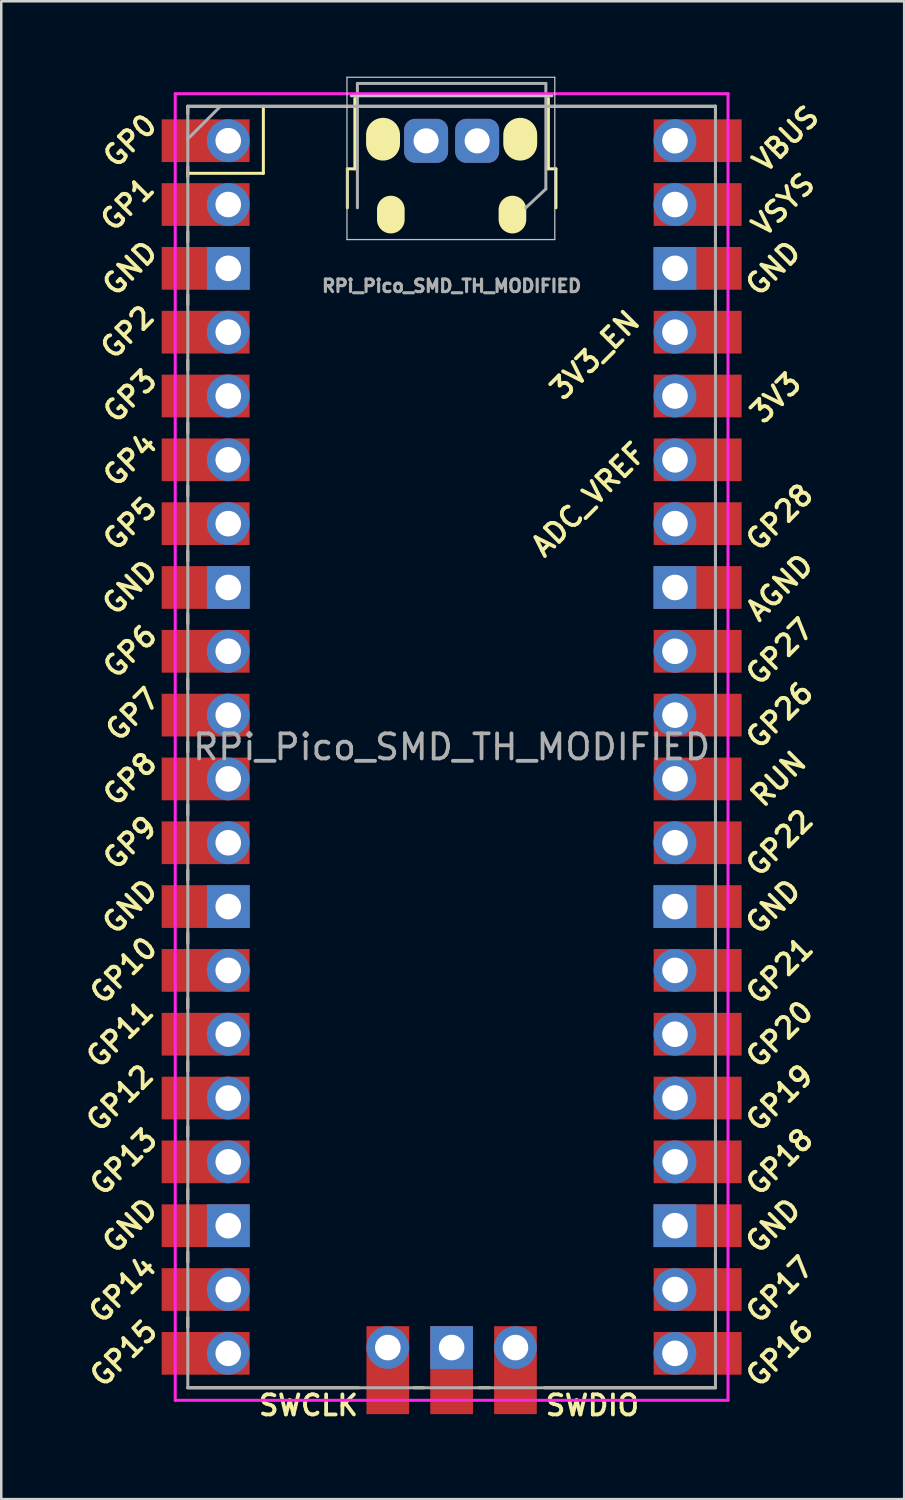
<source format=kicad_pcb>
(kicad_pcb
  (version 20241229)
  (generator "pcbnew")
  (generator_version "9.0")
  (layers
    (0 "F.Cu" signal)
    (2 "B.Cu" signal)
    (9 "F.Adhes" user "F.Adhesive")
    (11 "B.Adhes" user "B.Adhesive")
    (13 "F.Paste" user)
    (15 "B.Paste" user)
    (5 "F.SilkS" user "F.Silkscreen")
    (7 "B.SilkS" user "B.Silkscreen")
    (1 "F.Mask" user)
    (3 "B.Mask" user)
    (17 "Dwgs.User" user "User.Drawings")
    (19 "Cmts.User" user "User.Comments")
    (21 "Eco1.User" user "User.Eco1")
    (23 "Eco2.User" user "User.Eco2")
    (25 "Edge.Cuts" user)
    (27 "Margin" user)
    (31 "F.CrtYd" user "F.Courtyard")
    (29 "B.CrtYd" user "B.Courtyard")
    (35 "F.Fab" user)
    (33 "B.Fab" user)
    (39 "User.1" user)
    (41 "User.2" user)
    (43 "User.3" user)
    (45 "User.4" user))
  (footprint "RPi_Pico_SMD_TH_MODIFIED"
    (layer "F.Cu")
    (at 14.924 26.68)
    (property "Reference" "RPi_Pico_SMD_TH_MODIFIED" (at 0 0 0) (layer "F.Fab") (effects (font (size 1 1) (thickness 0.15))))
    (attr through_hole)
    (fp_line (start -10.5 -25.5) (end -10.5 -25.2) (stroke (width 0.12) (type solid)) (layer "F.SilkS"))
    (fp_line (start -10.5 -25.5) (end 10.5 -25.5) (stroke (width 0.12) (type solid)) (layer "F.SilkS"))
    (fp_line (start -10.5 -23.1) (end -10.5 -22.7) (stroke (width 0.12) (type solid)) (layer "F.SilkS"))
    (fp_line (start -10.5 -22.833) (end -7.493 -22.833) (stroke (width 0.12) (type solid)) (layer "F.SilkS"))
    (fp_line (start -10.5 -20.5) (end -10.5 -20.1) (stroke (width 0.12) (type solid)) (layer "F.SilkS"))
    (fp_line (start -10.5 -18) (end -10.5 -17.6) (stroke (width 0.12) (type solid)) (layer "F.SilkS"))
    (fp_line (start -10.5 -15.4) (end -10.5 -15) (stroke (width 0.12) (type solid)) (layer "F.SilkS"))
    (fp_line (start -10.5 -12.9) (end -10.5 -12.5) (stroke (width 0.12) (type solid)) (layer "F.SilkS"))
    (fp_line (start -10.5 -10.4) (end -10.5 -10) (stroke (width 0.12) (type solid)) (layer "F.SilkS"))
    (fp_line (start -10.5 -7.8) (end -10.5 -7.4) (stroke (width 0.12) (type solid)) (layer "F.SilkS"))
    (fp_line (start -10.5 -5.3) (end -10.5 -4.9) (stroke (width 0.12) (type solid)) (layer "F.SilkS"))
    (fp_line (start -10.5 -2.7) (end -10.5 -2.3) (stroke (width 0.12) (type solid)) (layer "F.SilkS"))
    (fp_line (start -10.5 -0.2) (end -10.5 0.2) (stroke (width 0.12) (type solid)) (layer "F.SilkS"))
    (fp_line (start -10.5 2.3) (end -10.5 2.7) (stroke (width 0.12) (type solid)) (layer "F.SilkS"))
    (fp_line (start -10.5 4.9) (end -10.5 5.3) (stroke (width 0.12) (type solid)) (layer "F.SilkS"))
    (fp_line (start -10.5 7.4) (end -10.5 7.8) (stroke (width 0.12) (type solid)) (layer "F.SilkS"))
    (fp_line (start -10.5 10) (end -10.5 10.4) (stroke (width 0.12) (type solid)) (layer "F.SilkS"))
    (fp_line (start -10.5 12.5) (end -10.5 12.9) (stroke (width 0.12) (type solid)) (layer "F.SilkS"))
    (fp_line (start -10.5 15.1) (end -10.5 15.5) (stroke (width 0.12) (type solid)) (layer "F.SilkS"))
    (fp_line (start -10.5 17.6) (end -10.5 18) (stroke (width 0.12) (type solid)) (layer "F.SilkS"))
    (fp_line (start -10.5 20.1) (end -10.5 20.5) (stroke (width 0.12) (type solid)) (layer "F.SilkS"))
    (fp_line (start -10.5 22.7) (end -10.5 23.1) (stroke (width 0.12) (type solid)) (layer "F.SilkS"))
    (fp_line (start -7.493 -22.833) (end -7.493 -25.5) (stroke (width 0.12) (type solid)) (layer "F.SilkS"))
    (fp_line (start -4.15 -23.01) (end -4.15 -21.46) (stroke (width 0.12) (type solid)) (layer "F.SilkS"))
    (fp_line (start -3.85 -25.81) (end -3.85 -23.01) (stroke (width 0.12) (type solid)) (layer "F.SilkS"))
    (fp_line (start -3.85 -23.01) (end -4.15 -23.01) (stroke (width 0.12) (type solid)) (layer "F.SilkS"))
    (fp_line (start -3.7 25.5) (end -10.5 25.5) (stroke (width 0.12) (type solid)) (layer "F.SilkS"))
    (fp_line (start -1.5 25.5) (end -1.1 25.5) (stroke (width 0.12) (type solid)) (layer "F.SilkS"))
    (fp_line (start 1.1 25.5) (end 1.5 25.5) (stroke (width 0.12) (type solid)) (layer "F.SilkS"))
    (fp_line (start 3.85 -25.81) (end 3.85 -23.01) (stroke (width 0.12) (type solid)) (layer "F.SilkS"))
    (fp_line (start 4.15 -23.01) (end 3.85 -23.01) (stroke (width 0.12) (type solid)) (layer "F.SilkS"))
    (fp_line (start 4.15 -23.01) (end 4.15 -21.46) (stroke (width 0.12) (type solid)) (layer "F.SilkS"))
    (fp_line (start 10.5 -25.5) (end 10.5 -25.2) (stroke (width 0.12) (type solid)) (layer "F.SilkS"))
    (fp_line (start 10.5 -23.1) (end 10.5 -22.7) (stroke (width 0.12) (type solid)) (layer "F.SilkS"))
    (fp_line (start 10.5 -20.5) (end 10.5 -20.1) (stroke (width 0.12) (type solid)) (layer "F.SilkS"))
    (fp_line (start 10.5 -18) (end 10.5 -17.6) (stroke (width 0.12) (type solid)) (layer "F.SilkS"))
    (fp_line (start 10.5 -15.4) (end 10.5 -15) (stroke (width 0.12) (type solid)) (layer "F.SilkS"))
    (fp_line (start 10.5 -12.9) (end 10.5 -12.5) (stroke (width 0.12) (type solid)) (layer "F.SilkS"))
    (fp_line (start 10.5 -10.4) (end 10.5 -10) (stroke (width 0.12) (type solid)) (layer "F.SilkS"))
    (fp_line (start 10.5 -7.8) (end 10.5 -7.4) (stroke (width 0.12) (type solid)) (layer "F.SilkS"))
    (fp_line (start 10.5 -5.3) (end 10.5 -4.9) (stroke (width 0.12) (type solid)) (layer "F.SilkS"))
    (fp_line (start 10.5 -2.7) (end 10.5 -2.3) (stroke (width 0.12) (type solid)) (layer "F.SilkS"))
    (fp_line (start 10.5 -0.2) (end 10.5 0.2) (stroke (width 0.12) (type solid)) (layer "F.SilkS"))
    (fp_line (start 10.5 2.3) (end 10.5 2.7) (stroke (width 0.12) (type solid)) (layer "F.SilkS"))
    (fp_line (start 10.5 4.9) (end 10.5 5.3) (stroke (width 0.12) (type solid)) (layer "F.SilkS"))
    (fp_line (start 10.5 7.4) (end 10.5 7.8) (stroke (width 0.12) (type solid)) (layer "F.SilkS"))
    (fp_line (start 10.5 10) (end 10.5 10.4) (stroke (width 0.12) (type solid)) (layer "F.SilkS"))
    (fp_line (start 10.5 12.5) (end 10.5 12.9) (stroke (width 0.12) (type solid)) (layer "F.SilkS"))
    (fp_line (start 10.5 15.1) (end 10.5 15.5) (stroke (width 0.12) (type solid)) (layer "F.SilkS"))
    (fp_line (start 10.5 17.6) (end 10.5 18) (stroke (width 0.12) (type solid)) (layer "F.SilkS"))
    (fp_line (start 10.5 20.1) (end 10.5 20.5) (stroke (width 0.12) (type solid)) (layer "F.SilkS"))
    (fp_line (start 10.5 22.7) (end 10.5 23.1) (stroke (width 0.12) (type solid)) (layer "F.SilkS"))
    (fp_line (start 10.5 25.5) (end 3.7 25.5) (stroke (width 0.12) (type solid)) (layer "F.SilkS"))
    (fp_line (start -4.165 -26.655) (end -4.165 -20.195) (stroke (width 0.05) (type solid)) (layer "Dwgs.User"))
    (fp_line (start -4.165 -26.655) (end 4.105 -26.655) (stroke (width 0.05) (type solid)) (layer "Dwgs.User"))
    (fp_line (start 4 -25.91) (end -4 -25.91) (stroke (width 0.1) (type solid)) (layer "Dwgs.User"))
    (fp_line (start 4.105 -20.195) (end -4.165 -20.195) (stroke (width 0.05) (type solid)) (layer "Dwgs.User"))
    (fp_line (start 4.105 -20.195) (end 4.105 -26.655) (stroke (width 0.05) (type solid)) (layer "Dwgs.User"))
    (fp_line (start -11 -26) (end 11 -26) (stroke (width 0.12) (type solid)) (layer "F.CrtYd"))
    (fp_line (start -11 26) (end -11 -26) (stroke (width 0.12) (type solid)) (layer "F.CrtYd"))
    (fp_line (start 11 -26) (end 11 26) (stroke (width 0.12) (type solid)) (layer "F.CrtYd"))
    (fp_line (start 11 26) (end -11 26) (stroke (width 0.12) (type solid)) (layer "F.CrtYd"))
    (fp_line (start -10.5 -25.5) (end 10.5 -25.5) (stroke (width 0.12) (type solid)) (layer "F.Fab"))
    (fp_line (start -10.5 -24.2) (end -9.2 -25.5) (stroke (width 0.12) (type solid)) (layer "F.Fab"))
    (fp_line (start -10.5 25.5) (end -10.5 -25.5) (stroke (width 0.12) (type solid)) (layer "F.Fab"))
    (fp_line (start -3.75 -26.41) (end 3.75 -26.41) (stroke (width 0.12) (type solid)) (layer "F.Fab"))
    (fp_line (start -3.75 -21.46) (end -3.75 -26.41) (stroke (width 0.12) (type solid)) (layer "F.Fab"))
    (fp_line (start 3.75 -26.41) (end 3.75 -22.21) (stroke (width 0.12) (type solid)) (layer "F.Fab"))
    (fp_line (start 3.75 -22.21) (end 2.95 -21.46) (stroke (width 0.12) (type solid)) (layer "F.Fab"))
    (fp_line (start 10.5 -25.5) (end 10.5 25.5) (stroke (width 0.12) (type solid)) (layer "F.Fab"))
    (fp_line (start 10.5 25.5) (end -10.5 25.5) (stroke (width 0.12) (type solid)) (layer "F.Fab"))
    (fp_text user "ADC_VREF" (at 5.45 -9.85 45) (layer "F.SilkS") (effects (font (size 0.8 0.8) (thickness 0.15))))
    (fp_text user "GND" (at -12.8 19.05 45) (layer "F.SilkS") (effects (font (size 0.8 0.8) (thickness 0.15))))
    (fp_text user "GP9" (at -12.8 3.81 45) (layer "F.SilkS") (effects (font (size 0.8 0.8) (thickness 0.15))))
    (fp_text user "3V3_EN" (at 5.7 -15.6 45) (layer "F.SilkS") (effects (font (size 0.8 0.8) (thickness 0.15))))
    (fp_text user "GP22" (at 13.054 3.81 45) (layer "F.SilkS") (effects (font (size 0.8 0.8) (thickness 0.15))))
    (fp_text user "GND" (at -12.8 -6.35 45) (layer "F.SilkS") (effects (font (size 0.8 0.8) (thickness 0.15))))
    (fp_text user "GP10" (at -13.054 8.89 45) (layer "F.SilkS") (effects (font (size 0.8 0.8) (thickness 0.15))))
    (fp_text user "GP13" (at -13.054 16.51 45) (layer "F.SilkS") (effects (font (size 0.8 0.8) (thickness 0.15))))
    (fp_text user "GP26" (at 13.054 -1.27 45) (layer "F.SilkS") (effects (font (size 0.8 0.8) (thickness 0.15))))
    (fp_text user "GP2" (at -12.9 -16.51 45) (layer "F.SilkS") (effects (font (size 0.8 0.8) (thickness 0.15))))
    (fp_text user "GP8" (at -12.8 1.27 45) (layer "F.SilkS") (effects (font (size 0.8 0.8) (thickness 0.15))))
    (fp_text user "VSYS" (at 13.2 -21.59 45) (layer "F.SilkS") (effects (font (size 0.8 0.8) (thickness 0.15))))
    (fp_text user "GP27" (at 13.054 -3.8 45) (layer "F.SilkS") (effects (font (size 0.8 0.8) (thickness 0.15))))
    (fp_text user "GND" (at -12.8 -19.05 45) (layer "F.SilkS") (effects (font (size 0.8 0.8) (thickness 0.15))))
    (fp_text user "VBUS" (at 13.3 -24.2 45) (layer "F.SilkS") (effects (font (size 0.8 0.8) (thickness 0.15))))
    (fp_text user "GP20" (at 13.054 11.43 45) (layer "F.SilkS") (effects (font (size 0.8 0.8) (thickness 0.15))))
    (fp_text user "GP4" (at -12.8 -11.43 45) (layer "F.SilkS") (effects (font (size 0.8 0.8) (thickness 0.15))))
    (fp_text user "RUN" (at 13 1.27 45) (layer "F.SilkS") (effects (font (size 0.8 0.8) (thickness 0.15))))
    (fp_text user "GND" (at 12.8 19.05 45) (layer "F.SilkS") (effects (font (size 0.8 0.8) (thickness 0.15))))
    (fp_text user "GP17" (at 13.054 21.59 45) (layer "F.SilkS") (effects (font (size 0.8 0.8) (thickness 0.15))))
    (fp_text user "GP1" (at -12.9 -21.6 45) (layer "F.SilkS") (effects (font (size 0.8 0.8) (thickness 0.15))))
    (fp_text user "GP15" (at -13.054 24.13 45) (layer "F.SilkS") (effects (font (size 0.8 0.8) (thickness 0.15))))
    (fp_text user "GP6" (at -12.8 -3.81 45) (layer "F.SilkS") (effects (font (size 0.8 0.8) (thickness 0.15))))
    (fp_text user "GP3" (at -12.8 -13.97 45) (layer "F.SilkS") (effects (font (size 0.8 0.8) (thickness 0.15))))
    (fp_text user "SWDIO" (at 5.6 26.2 0) (layer "F.SilkS") (effects (font (size 0.8 0.8) (thickness 0.15))))
    (fp_text user "GP16" (at 13.054 24.13 45) (layer "F.SilkS") (effects (font (size 0.8 0.8) (thickness 0.15))))
    (fp_text user "GP0" (at -12.8 -24.13 45) (layer "F.SilkS") (effects (font (size 0.8 0.8) (thickness 0.15))))
    (fp_text user "GP12" (at -13.2 13.97 45) (layer "F.SilkS") (effects (font (size 0.8 0.8) (thickness 0.15))))
    (fp_text user "GP18" (at 13.054 16.51 45) (layer "F.SilkS") (effects (font (size 0.8 0.8) (thickness 0.15))))
    (fp_text user "GP5" (at -12.8 -8.89 45) (layer "F.SilkS") (effects (font (size 0.8 0.8) (thickness 0.15))))
    (fp_text user "GND" (at 12.8 6.35 45) (layer "F.SilkS") (effects (font (size 0.8 0.8) (thickness 0.15))))
    (fp_text user "GND" (at -12.8 6.35 45) (layer "F.SilkS") (effects (font (size 0.8 0.8) (thickness 0.15))))
    (fp_text user "SWCLK" (at -5.7 26.2 0) (layer "F.SilkS") (effects (font (size 0.8 0.8) (thickness 0.15))))
    (fp_text user "GP7" (at -12.7 -1.3 45) (layer "F.SilkS") (effects (font (size 0.8 0.8) (thickness 0.15))))
    (fp_text user "GND" (at 12.8 -19.05 45) (layer "F.SilkS") (effects (font (size 0.8 0.8) (thickness 0.15))))
    (fp_text user "3V3" (at 12.9 -13.9 45) (layer "F.SilkS") (effects (font (size 0.8 0.8) (thickness 0.15))))
    (fp_text user "GP28" (at 13.054 -9.144 45) (layer "F.SilkS") (effects (font (size 0.8 0.8) (thickness 0.15))))
    (fp_text user "GP19" (at 13.054 13.97 45) (layer "F.SilkS") (effects (font (size 0.8 0.8) (thickness 0.15))))
    (fp_text user "GP21" (at 13.054 8.9 45) (layer "F.SilkS") (effects (font (size 0.8 0.8) (thickness 0.15))))
    (fp_text user "GP11" (at -13.2 11.43 45) (layer "F.SilkS") (effects (font (size 0.8 0.8) (thickness 0.15))))
    (fp_text user "GP14" (at -13.1 21.59 45) (layer "F.SilkS") (effects (font (size 0.8 0.8) (thickness 0.15))))
    (fp_text user "AGND" (at 13.054 -6.35 45) (layer "F.SilkS") (effects (font (size 0.8 0.8) (thickness 0.15))))
    (fp_text user "${REFERENCE}" (at 0 -18.35 180) (layer "F.Fab") (effects (font (size 0.5 0.5) (thickness 0.125))))
    (pad "" smd oval (at -2.73 -24.19 270) (size 1.7 1.35) (layers "F.SilkS"))
    (pad "" smd oval (at -2.42 -21.19 270) (size 1.5 1.1) (layers "F.SilkS"))
    (pad "" smd oval (at 2.42 -21.19 270) (size 1.5 1.1) (layers "F.SilkS"))
    (pad "" smd oval (at 2.73 -24.19 270) (size 1.7 1.35) (layers "F.SilkS"))
    (pad "1" thru_hole oval (at -8.89 -24.13) (size 1.7 1.7) (drill 1.02) (layers "*.Cu" "*.Mask"))
    (pad "1" smd rect (at -8.89 -24.13) (size 3.5 1.7) (drill (offset -0.9 0)) (layers "F.Cu" "F.Mask"))
    (pad "2" thru_hole oval (at -8.89 -21.59) (size 1.7 1.7) (drill 1.02) (layers "*.Cu" "*.Mask"))
    (pad "2" smd rect (at -8.89 -21.59) (size 3.5 1.7) (drill (offset -0.9 0)) (layers "F.Cu" "F.Mask"))
    (pad "3" thru_hole rect (at -8.89 -19.05) (size 1.7 1.7) (drill 1.02) (layers "*.Cu" "*.Mask"))
    (pad "3" smd rect (at -8.89 -19.05) (size 3.5 1.7) (drill (offset -0.9 0)) (layers "F.Cu" "F.Mask"))
    (pad "4" thru_hole oval (at -8.89 -16.51) (size 1.7 1.7) (drill 1.02) (layers "*.Cu" "*.Mask"))
    (pad "4" smd rect (at -8.89 -16.51) (size 3.5 1.7) (drill (offset -0.9 0)) (layers "F.Cu" "F.Mask"))
    (pad "5" thru_hole oval (at -8.89 -13.97) (size 1.7 1.7) (drill 1.02) (layers "*.Cu" "*.Mask"))
    (pad "5" smd rect (at -8.89 -13.97) (size 3.5 1.7) (drill (offset -0.9 0)) (layers "F.Cu" "F.Mask"))
    (pad "6" thru_hole oval (at -8.89 -11.43) (size 1.7 1.7) (drill 1.02) (layers "*.Cu" "*.Mask"))
    (pad "6" smd rect (at -8.89 -11.43) (size 3.5 1.7) (drill (offset -0.9 0)) (layers "F.Cu" "F.Mask"))
    (pad "7" thru_hole oval (at -8.89 -8.89) (size 1.7 1.7) (drill 1.02) (layers "*.Cu" "*.Mask"))
    (pad "7" smd rect (at -8.89 -8.89) (size 3.5 1.7) (drill (offset -0.9 0)) (layers "F.Cu" "F.Mask"))
    (pad "8" thru_hole rect (at -8.89 -6.35) (size 1.7 1.7) (drill 1.02) (layers "*.Cu" "*.Mask"))
    (pad "8" smd rect (at -8.89 -6.35) (size 3.5 1.7) (drill (offset -0.9 0)) (layers "F.Cu" "F.Mask"))
    (pad "9" thru_hole oval (at -8.89 -3.81) (size 1.7 1.7) (drill 1.02) (layers "*.Cu" "*.Mask"))
    (pad "9" smd rect (at -8.89 -3.81) (size 3.5 1.7) (drill (offset -0.9 0)) (layers "F.Cu" "F.Mask"))
    (pad "10" thru_hole oval (at -8.89 -1.27) (size 1.7 1.7) (drill 1.02) (layers "*.Cu" "*.Mask"))
    (pad "10" smd rect (at -8.89 -1.27) (size 3.5 1.7) (drill (offset -0.9 0)) (layers "F.Cu" "F.Mask"))
    (pad "11" thru_hole oval (at -8.89 1.27) (size 1.7 1.7) (drill 1.02) (layers "*.Cu" "*.Mask"))
    (pad "11" smd rect (at -8.89 1.27) (size 3.5 1.7) (drill (offset -0.9 0)) (layers "F.Cu" "F.Mask"))
    (pad "12" thru_hole oval (at -8.89 3.81) (size 1.7 1.7) (drill 1.02) (layers "*.Cu" "*.Mask"))
    (pad "12" smd rect (at -8.89 3.81) (size 3.5 1.7) (drill (offset -0.9 0)) (layers "F.Cu" "F.Mask"))
    (pad "13" thru_hole rect (at -8.89 6.35) (size 1.7 1.7) (drill 1.02) (layers "*.Cu" "*.Mask"))
    (pad "13" smd rect (at -8.89 6.35) (size 3.5 1.7) (drill (offset -0.9 0)) (layers "F.Cu" "F.Mask"))
    (pad "14" thru_hole oval (at -8.89 8.89) (size 1.7 1.7) (drill 1.02) (layers "*.Cu" "*.Mask"))
    (pad "14" smd rect (at -8.89 8.89) (size 3.5 1.7) (drill (offset -0.9 0)) (layers "F.Cu" "F.Mask"))
    (pad "15" thru_hole oval (at -8.89 11.43) (size 1.7 1.7) (drill 1.02) (layers "*.Cu" "*.Mask"))
    (pad "15" smd rect (at -8.89 11.43) (size 3.5 1.7) (drill (offset -0.9 0)) (layers "F.Cu" "F.Mask"))
    (pad "16" thru_hole oval (at -8.89 13.97) (size 1.7 1.7) (drill 1.02) (layers "*.Cu" "*.Mask"))
    (pad "16" smd rect (at -8.89 13.97) (size 3.5 1.7) (drill (offset -0.9 0)) (layers "F.Cu" "F.Mask"))
    (pad "17" thru_hole oval (at -8.89 16.51) (size 1.7 1.7) (drill 1.02) (layers "*.Cu" "*.Mask"))
    (pad "17" smd rect (at -8.89 16.51) (size 3.5 1.7) (drill (offset -0.9 0)) (layers "F.Cu" "F.Mask"))
    (pad "18" thru_hole rect (at -8.89 19.05) (size 1.7 1.7) (drill 1.02) (layers "*.Cu" "*.Mask"))
    (pad "18" smd rect (at -8.89 19.05) (size 3.5 1.7) (drill (offset -0.9 0)) (layers "F.Cu" "F.Mask"))
    (pad "19" thru_hole oval (at -8.89 21.59) (size 1.7 1.7) (drill 1.02) (layers "*.Cu" "*.Mask"))
    (pad "19" smd rect (at -8.89 21.59) (size 3.5 1.7) (drill (offset -0.9 0)) (layers "F.Cu" "F.Mask"))
    (pad "20" thru_hole oval (at -8.89 24.13) (size 1.7 1.7) (drill 1.02) (layers "*.Cu" "*.Mask"))
    (pad "20" smd rect (at -8.89 24.13) (size 3.5 1.7) (drill (offset -0.9 0)) (layers "F.Cu" "F.Mask"))
    (pad "21" thru_hole oval (at 8.89 24.13) (size 1.7 1.7) (drill 1.02) (layers "*.Cu" "*.Mask"))
    (pad "21" smd rect (at 8.89 24.13) (size 3.5 1.7) (drill (offset 0.9 0)) (layers "F.Cu" "F.Mask"))
    (pad "22" thru_hole oval (at 8.89 21.59) (size 1.7 1.7) (drill 1.02) (layers "*.Cu" "*.Mask"))
    (pad "22" smd rect (at 8.89 21.59) (size 3.5 1.7) (drill (offset 0.9 0)) (layers "F.Cu" "F.Mask"))
    (pad "23" thru_hole rect (at 8.89 19.05) (size 1.7 1.7) (drill 1.02) (layers "*.Cu" "*.Mask"))
    (pad "23" smd rect (at 8.89 19.05) (size 3.5 1.7) (drill (offset 0.9 0)) (layers "F.Cu" "F.Mask"))
    (pad "24" thru_hole oval (at 8.89 16.51) (size 1.7 1.7) (drill 1.02) (layers "*.Cu" "*.Mask"))
    (pad "24" smd rect (at 8.89 16.51) (size 3.5 1.7) (drill (offset 0.9 0)) (layers "F.Cu" "F.Mask"))
    (pad "25" thru_hole oval (at 8.89 13.97) (size 1.7 1.7) (drill 1.02) (layers "*.Cu" "*.Mask"))
    (pad "25" smd rect (at 8.89 13.97) (size 3.5 1.7) (drill (offset 0.9 0)) (layers "F.Cu" "F.Mask"))
    (pad "26" thru_hole oval (at 8.89 11.43) (size 1.7 1.7) (drill 1.02) (layers "*.Cu" "*.Mask"))
    (pad "26" smd rect (at 8.89 11.43) (size 3.5 1.7) (drill (offset 0.9 0)) (layers "F.Cu" "F.Mask"))
    (pad "27" thru_hole oval (at 8.89 8.89) (size 1.7 1.7) (drill 1.02) (layers "*.Cu" "*.Mask"))
    (pad "27" smd rect (at 8.89 8.89) (size 3.5 1.7) (drill (offset 0.9 0)) (layers "F.Cu" "F.Mask"))
    (pad "28" thru_hole rect (at 8.89 6.35) (size 1.7 1.7) (drill 1.02) (layers "*.Cu" "*.Mask"))
    (pad "28" smd rect (at 8.89 6.35) (size 3.5 1.7) (drill (offset 0.9 0)) (layers "F.Cu" "F.Mask"))
    (pad "29" thru_hole oval (at 8.89 3.81) (size 1.7 1.7) (drill 1.02) (layers "*.Cu" "*.Mask"))
    (pad "29" smd rect (at 8.89 3.81) (size 3.5 1.7) (drill (offset 0.9 0)) (layers "F.Cu" "F.Mask"))
    (pad "30" thru_hole oval (at 8.89 1.27) (size 1.7 1.7) (drill 1.02) (layers "*.Cu" "*.Mask"))
    (pad "30" smd rect (at 8.89 1.27) (size 3.5 1.7) (drill (offset 0.9 0)) (layers "F.Cu" "F.Mask"))
    (pad "31" thru_hole oval (at 8.89 -1.27) (size 1.7 1.7) (drill 1.02) (layers "*.Cu" "*.Mask"))
    (pad "31" smd rect (at 8.89 -1.27) (size 3.5 1.7) (drill (offset 0.9 0)) (layers "F.Cu" "F.Mask"))
    (pad "32" thru_hole oval (at 8.89 -3.81) (size 1.7 1.7) (drill 1.02) (layers "*.Cu" "*.Mask"))
    (pad "32" smd rect (at 8.89 -3.81) (size 3.5 1.7) (drill (offset 0.9 0)) (layers "F.Cu" "F.Mask"))
    (pad "33" thru_hole rect (at 8.89 -6.35) (size 1.7 1.7) (drill 1.02) (layers "*.Cu" "*.Mask"))
    (pad "33" smd rect (at 8.89 -6.35) (size 3.5 1.7) (drill (offset 0.9 0)) (layers "F.Cu" "F.Mask"))
    (pad "34" thru_hole oval (at 8.89 -8.89) (size 1.7 1.7) (drill 1.02) (layers "*.Cu" "*.Mask"))
    (pad "34" smd rect (at 8.89 -8.89) (size 3.5 1.7) (drill (offset 0.9 0)) (layers "F.Cu" "F.Mask"))
    (pad "35" thru_hole oval (at 8.89 -11.43) (size 1.7 1.7) (drill 1.02) (layers "*.Cu" "*.Mask"))
    (pad "35" smd rect (at 8.89 -11.43) (size 3.5 1.7) (drill (offset 0.9 0)) (layers "F.Cu" "F.Mask"))
    (pad "36" thru_hole oval (at 8.89 -13.97) (size 1.7 1.7) (drill 1.02) (layers "*.Cu" "*.Mask"))
    (pad "36" smd rect (at 8.89 -13.97) (size 3.5 1.7) (drill (offset 0.9 0)) (layers "F.Cu" "F.Mask"))
    (pad "37" thru_hole oval (at 8.89 -16.51) (size 1.7 1.7) (drill 1.02) (layers "*.Cu" "*.Mask"))
    (pad "37" smd rect (at 8.89 -16.51) (size 3.5 1.7) (drill (offset 0.9 0)) (layers "F.Cu" "F.Mask"))
    (pad "38" thru_hole rect (at 8.89 -19.05) (size 1.7 1.7) (drill 1.02) (layers "*.Cu" "*.Mask"))
    (pad "38" smd rect (at 8.89 -19.05) (size 3.5 1.7) (drill (offset 0.9 0)) (layers "F.Cu" "F.Mask"))
    (pad "39" thru_hole oval (at 8.89 -21.59) (size 1.7 1.7) (drill 1.02) (layers "*.Cu" "*.Mask"))
    (pad "39" smd rect (at 8.89 -21.59) (size 3.5 1.7) (drill (offset 0.9 0)) (layers "F.Cu" "F.Mask"))
    (pad "40" thru_hole oval (at 8.89 -24.13) (size 1.7 1.7) (drill 1.02) (layers "*.Cu" "*.Mask"))
    (pad "40" smd rect (at 8.89 -24.13) (size 3.5 1.7) (drill (offset 0.9 0)) (layers "F.Cu" "F.Mask"))
    (pad "41" thru_hole oval (at -2.54 23.9) (size 1.7 1.7) (drill 1.02) (layers "*.Cu" "*.Mask"))
    (pad "41" smd rect (at -2.54 23.9 90) (size 3.5 1.7) (drill (offset -0.9 0)) (layers "F.Cu" "F.Mask"))
    (pad "42" thru_hole rect (at 0 23.9) (size 1.7 1.7) (drill 1.02) (layers "*.Cu" "*.Mask"))
    (pad "42" smd rect (at 0 23.9 90) (size 3.5 1.7) (drill (offset -0.9 0)) (layers "F.Cu" "F.Mask"))
    (pad "43" thru_hole oval (at 2.54 23.9) (size 1.7 1.7) (drill 1.02) (layers "*.Cu" "*.Mask"))
    (pad "43" smd rect (at 2.54 23.9 90) (size 3.5 1.7) (drill (offset -0.9 0)) (layers "F.Cu" "F.Mask"))
    (pad "TP2" thru_hole roundrect (at 1.016 -24.125) (size 1.75 1.75) (drill 1) (layers "*.Cu" "*.Mask") (roundrect_rratio 0.25))
    (pad "TP3" thru_hole roundrect (at -1.016 -24.125) (size 1.75 1.75) (drill 1) (layers "*.Cu" "*.Mask") (roundrect_rratio 0.25)))
  (gr_rect
    (start -3 -3)
    (end 32.935 56.611)
    (stroke (width 0.1) (type default))
    (fill no)
    (layer "Edge.Cuts")))
</source>
